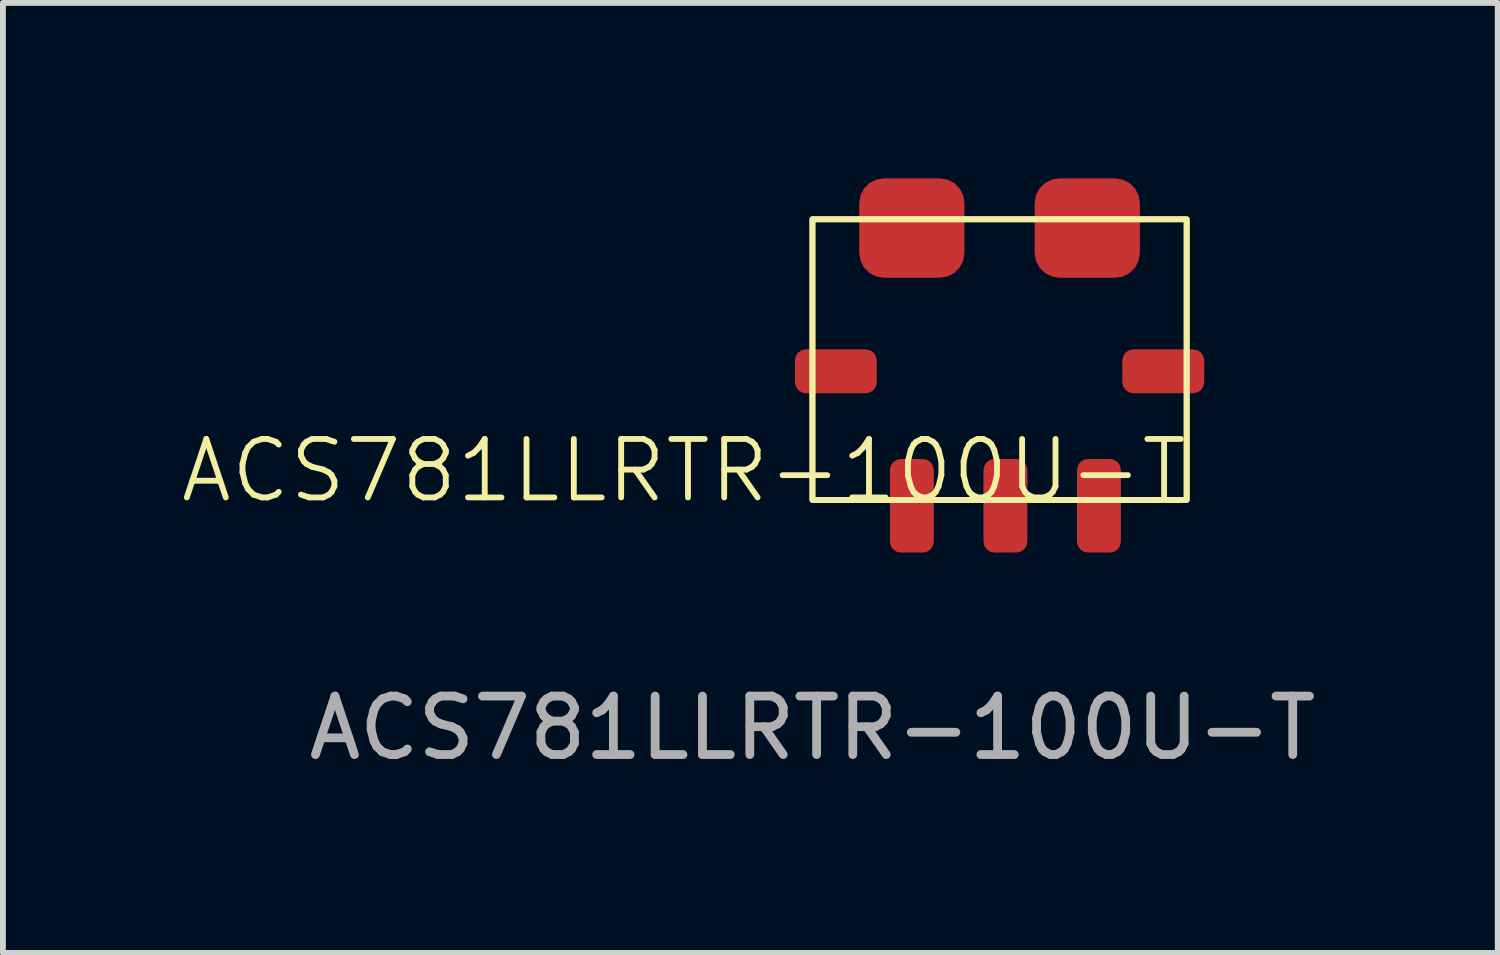
<source format=kicad_pcb>
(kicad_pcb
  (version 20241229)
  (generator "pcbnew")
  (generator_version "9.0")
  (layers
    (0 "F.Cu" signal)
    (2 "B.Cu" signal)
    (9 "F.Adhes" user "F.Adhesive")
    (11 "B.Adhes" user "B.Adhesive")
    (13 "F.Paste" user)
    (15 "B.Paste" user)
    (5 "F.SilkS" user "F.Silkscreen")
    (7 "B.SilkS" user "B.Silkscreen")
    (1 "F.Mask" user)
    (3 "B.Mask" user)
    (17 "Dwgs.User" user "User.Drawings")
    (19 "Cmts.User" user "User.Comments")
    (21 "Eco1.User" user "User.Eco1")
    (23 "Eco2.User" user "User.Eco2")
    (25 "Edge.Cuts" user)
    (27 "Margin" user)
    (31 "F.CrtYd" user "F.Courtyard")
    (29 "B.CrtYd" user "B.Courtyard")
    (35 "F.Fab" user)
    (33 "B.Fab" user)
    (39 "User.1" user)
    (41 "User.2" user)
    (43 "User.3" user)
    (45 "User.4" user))
  (footprint "ACS781LLRTR-100U-T"
    (layer "F.Cu")
    (at 10.845 5.5)
    (property "Reference" "ACS781LLRTR-100U-T" (at -2.2 -0.5 0) (unlocked yes) (layer "F.SilkS") (effects (font (size 1 1) (thickness 0.1))))
    (attr smd)
    (fp_rect (start 0 0) (end 6.4 -4.8) (stroke (width 0.1) (type default)) (fill no) (layer "F.SilkS"))
    (fp_rect (start 0 0) (end 6.4 -4.8) (stroke (width 0.1) (type default)) (fill no) (layer "F.SilkS"))
    (fp_text user "${REFERENCE}" (at 0 3.9 0) (unlocked yes) (layer "F.Fab") (effects (font (size 1 1) (thickness 0.15))))
    (pad "1" smd roundrect (at 1.7 -4.65) (size 1.8 1.7) (layers "F.Cu" "F.Mask" "F.Paste") (roundrect_rratio 0.25))
    (pad "2" smd roundrect (at 4.7 -4.65) (size 1.8 1.7) (layers "F.Cu" "F.Mask" "F.Paste") (roundrect_rratio 0.25))
    (pad "3" smd roundrect (at 6 -2.2) (size 1.4 0.75) (layers "F.Cu" "F.Mask" "F.Paste") (roundrect_rratio 0.25))
    (pad "4" smd roundrect (at 0.4 -2.2) (size 1.4 0.75) (layers "F.Cu" "F.Mask" "F.Paste") (roundrect_rratio 0.25))
    (pad "5" smd roundrect (at 1.7 0.1) (size 0.75 1.6) (layers "F.Cu" "F.Mask" "F.Paste") (roundrect_rratio 0.25))
    (pad "6" smd roundrect (at 3.3 0.1) (size 0.75 1.6) (layers "F.Cu" "F.Mask" "F.Paste") (roundrect_rratio 0.25))
    (pad "7" smd roundrect (at 4.9 0.1) (size 0.75 1.6) (layers "F.Cu" "F.Mask" "F.Paste") (roundrect_rratio 0.25)))
  (gr_rect
    (start -3 -3)
    (end 22.565 13.248)
    (stroke (width 0.1) (type default))
    (fill no)
    (layer "Edge.Cuts")))
</source>
